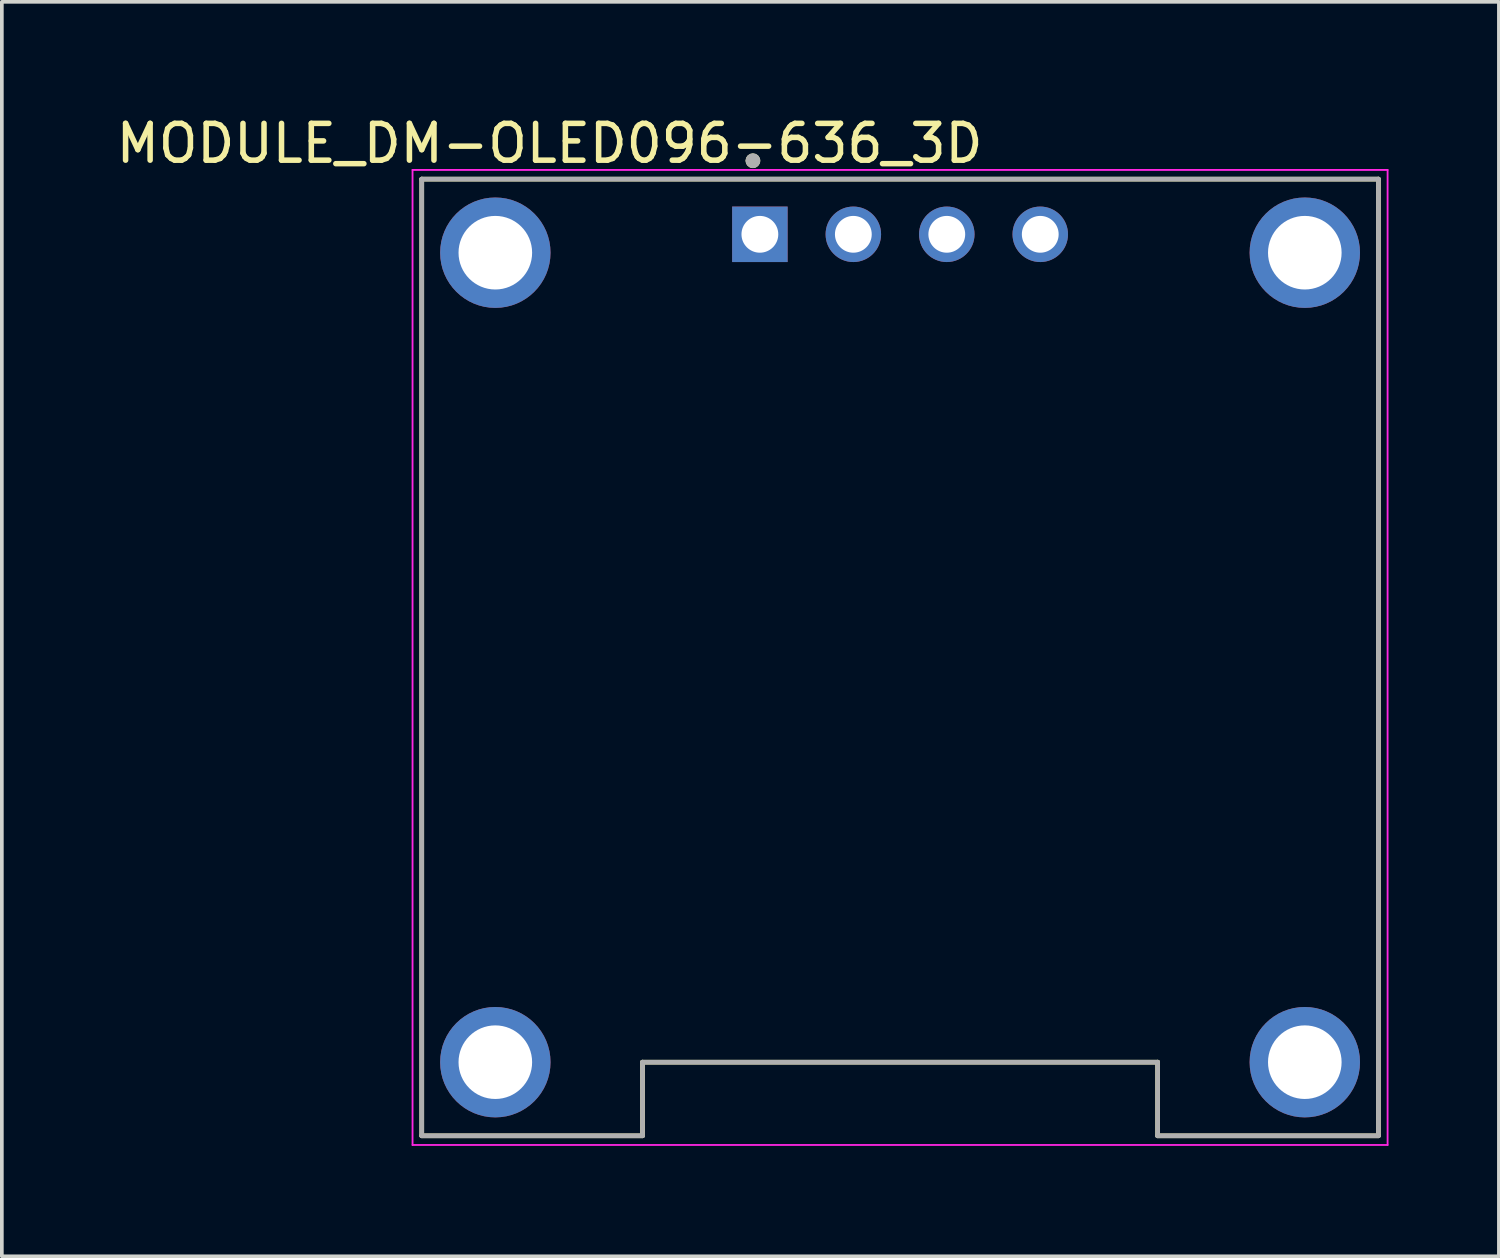
<source format=kicad_pcb>
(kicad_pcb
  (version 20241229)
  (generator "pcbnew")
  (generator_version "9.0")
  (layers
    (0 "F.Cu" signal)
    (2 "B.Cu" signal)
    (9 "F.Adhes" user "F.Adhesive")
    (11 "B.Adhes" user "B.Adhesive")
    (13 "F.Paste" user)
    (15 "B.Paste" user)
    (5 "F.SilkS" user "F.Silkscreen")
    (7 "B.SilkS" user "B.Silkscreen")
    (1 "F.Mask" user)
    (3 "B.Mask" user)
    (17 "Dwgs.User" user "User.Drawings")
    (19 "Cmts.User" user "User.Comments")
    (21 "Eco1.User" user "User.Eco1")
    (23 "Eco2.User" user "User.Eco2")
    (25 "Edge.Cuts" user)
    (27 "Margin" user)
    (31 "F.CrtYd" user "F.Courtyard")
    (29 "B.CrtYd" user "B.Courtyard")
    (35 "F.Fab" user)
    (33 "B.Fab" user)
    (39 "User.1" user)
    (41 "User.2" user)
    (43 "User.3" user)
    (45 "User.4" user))
  (footprint "MODULE_DM-OLED096-636_3D"
    (layer "F.Cu")
    (at 21.412 14.818)
    (property "Reference" "MODULE_DM-OLED096-636_3D" (at -9.525 -13.97 0) (layer "F.SilkS") (effects (font (size 1 1) (thickness 0.15))))
    (attr through_hole)
    (fp_line (start -13 -13) (end 13 -13) (stroke (width 0.127) (type solid)) (layer "F.SilkS"))
    (fp_line (start -13 13) (end -13 -13) (stroke (width 0.127) (type solid)) (layer "F.SilkS"))
    (fp_line (start -7 11) (end -7 13) (stroke (width 0.127) (type solid)) (layer "F.SilkS"))
    (fp_line (start -7 13) (end -13 13) (stroke (width 0.127) (type solid)) (layer "F.SilkS"))
    (fp_line (start 7 11) (end -7 11) (stroke (width 0.127) (type solid)) (layer "F.SilkS"))
    (fp_line (start 7 13) (end 7 11) (stroke (width 0.127) (type solid)) (layer "F.SilkS"))
    (fp_line (start 13 -13) (end 13 13) (stroke (width 0.127) (type solid)) (layer "F.SilkS"))
    (fp_line (start 13 13) (end 7 13) (stroke (width 0.127) (type solid)) (layer "F.SilkS"))
    (fp_circle (center -4 -13.5) (end -3.9 -13.5) (stroke (width 0.2) (type solid)) (fill no) (layer "F.SilkS"))
    (fp_line (start -13.25 -13.25) (end 13.25 -13.25) (stroke (width 0.05) (type solid)) (layer "F.CrtYd"))
    (fp_line (start -13.25 13.25) (end -13.25 -13.25) (stroke (width 0.05) (type solid)) (layer "F.CrtYd"))
    (fp_line (start 13.25 -13.25) (end 13.25 13.25) (stroke (width 0.05) (type solid)) (layer "F.CrtYd"))
    (fp_line (start 13.25 13.25) (end -13.25 13.25) (stroke (width 0.05) (type solid)) (layer "F.CrtYd"))
    (fp_line (start -13 -13) (end 13 -13) (stroke (width 0.127) (type solid)) (layer "F.Fab"))
    (fp_line (start -13 13) (end -13 -13) (stroke (width 0.127) (type solid)) (layer "F.Fab"))
    (fp_line (start -7 11) (end 7 11) (stroke (width 0.127) (type solid)) (layer "F.Fab"))
    (fp_line (start -7 13) (end -13 13) (stroke (width 0.127) (type solid)) (layer "F.Fab"))
    (fp_line (start -7 13) (end -7 11) (stroke (width 0.127) (type solid)) (layer "F.Fab"))
    (fp_line (start 7 11) (end 7 13) (stroke (width 0.127) (type solid)) (layer "F.Fab"))
    (fp_line (start 13 -13) (end 13 13) (stroke (width 0.127) (type solid)) (layer "F.Fab"))
    (fp_line (start 13 13) (end 7 13) (stroke (width 0.127) (type solid)) (layer "F.Fab"))
    (fp_circle (center -4 -13.5) (end -3.9 -13.5) (stroke (width 0.2) (type solid)) (fill no) (layer "F.Fab"))
    (pad "1" thru_hole rect (at -3.81 -11.5) (size 1.508 1.508) (drill 1) (layers "*.Cu" "*.Mask"))
    (pad "2" thru_hole circle (at -1.27 -11.5) (size 1.508 1.508) (drill 1) (layers "*.Cu" "*.Mask"))
    (pad "3" thru_hole circle (at 1.27 -11.5) (size 1.508 1.508) (drill 1) (layers "*.Cu" "*.Mask"))
    (pad "4" thru_hole circle (at 3.81 -11.5) (size 1.508 1.508) (drill 1) (layers "*.Cu" "*.Mask"))
    (pad "S1" thru_hole circle (at -11 -11) (size 3 3) (drill 2) (layers "*.Cu" "*.Mask"))
    (pad "S2" thru_hole circle (at 11 -11) (size 3 3) (drill 2) (layers "*.Cu" "*.Mask"))
    (pad "S3" thru_hole circle (at 11 11) (size 3 3) (drill 2) (layers "*.Cu" "*.Mask"))
    (pad "S4" thru_hole circle (at -11 11) (size 3 3) (drill 2) (layers "*.Cu" "*.Mask")))
  (gr_rect
    (start -3 -3)
    (end 37.687 31.093)
    (stroke (width 0.1) (type default))
    (fill no)
    (layer "Edge.Cuts")))
</source>
